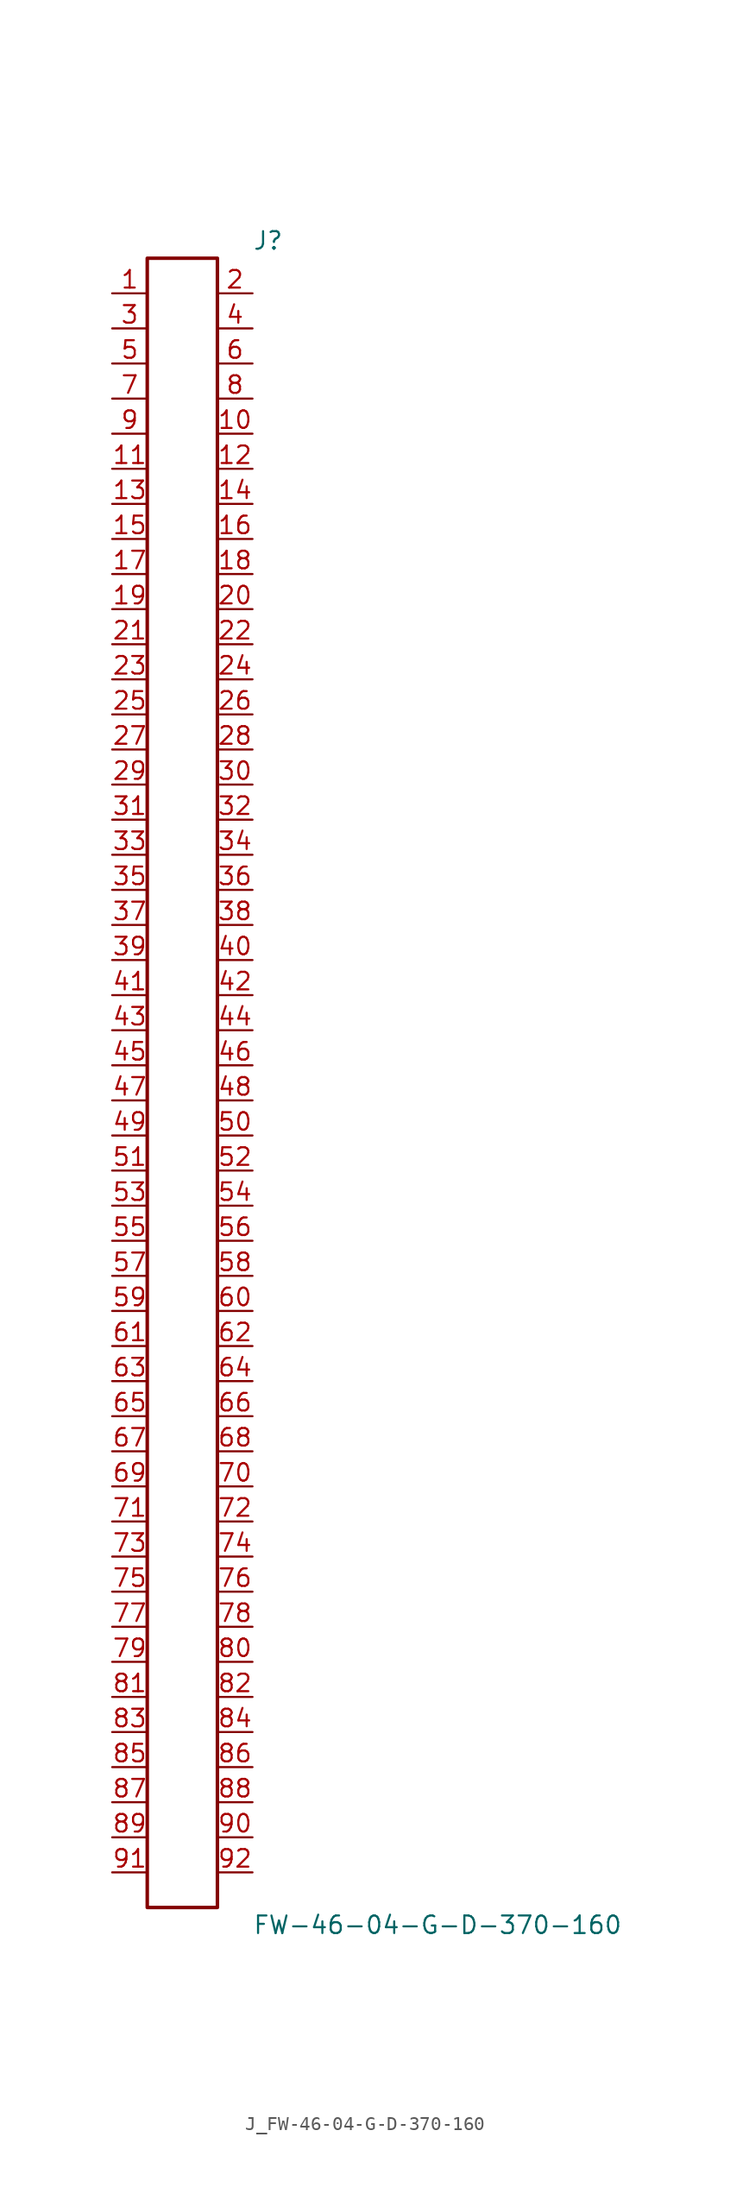
<source format=kicad_sym>
(kicad_symbol_lib
  (version 20231120)
  (generator kicad_symbol_editor)
  (generator_version 8.0)
  (symbol "J_FW-46-04-G-D-370-160"
    (pin_names
      (offset 0.254))
    (property "Reference" "J"
      (at 5.08 60.96 0)
      (effects (font (size 1.27 1.27)) (justify left)))
    (property "Value" "FW-46-04-G-D-370-160"
      (at 5.08 -60.96 0)
      (effects (font (size 1.27 1.27)) (justify left)))
    (symbol "J_FW-46-04-G-D-370-160_0_0"
      (pin unspecified line (at -5.08 57.15 0) (length 2.54) (name "" (effects (font (size 1.27 1.27)))) (number "1" (effects (font (size 1.27 1.27)))))
      (pin unspecified line (at 5.08 57.15 180) (length 2.54) (name "" (effects (font (size 1.27 1.27)))) (number "2" (effects (font (size 1.27 1.27)))))
      (pin unspecified line (at -5.08 54.61 0) (length 2.54) (name "" (effects (font (size 1.27 1.27)))) (number "3" (effects (font (size 1.27 1.27)))))
      (pin unspecified line (at 5.08 54.61 180) (length 2.54) (name "" (effects (font (size 1.27 1.27)))) (number "4" (effects (font (size 1.27 1.27)))))
      (pin unspecified line (at -5.08 52.07 0) (length 2.54) (name "" (effects (font (size 1.27 1.27)))) (number "5" (effects (font (size 1.27 1.27)))))
      (pin unspecified line (at 5.08 52.07 180) (length 2.54) (name "" (effects (font (size 1.27 1.27)))) (number "6" (effects (font (size 1.27 1.27)))))
      (pin unspecified line (at -5.08 49.53 0) (length 2.54) (name "" (effects (font (size 1.27 1.27)))) (number "7" (effects (font (size 1.27 1.27)))))
      (pin unspecified line (at 5.08 49.53 180) (length 2.54) (name "" (effects (font (size 1.27 1.27)))) (number "8" (effects (font (size 1.27 1.27)))))
      (pin unspecified line (at -5.08 46.99 0) (length 2.54) (name "" (effects (font (size 1.27 1.27)))) (number "9" (effects (font (size 1.27 1.27)))))
      (pin unspecified line (at 5.08 46.99 180) (length 2.54) (name "" (effects (font (size 1.27 1.27)))) (number "10" (effects (font (size 1.27 1.27)))))
      (pin unspecified line (at -5.08 44.45 0) (length 2.54) (name "" (effects (font (size 1.27 1.27)))) (number "11" (effects (font (size 1.27 1.27)))))
      (pin unspecified line (at 5.08 44.45 180) (length 2.54) (name "" (effects (font (size 1.27 1.27)))) (number "12" (effects (font (size 1.27 1.27)))))
      (pin unspecified line (at -5.08 41.91 0) (length 2.54) (name "" (effects (font (size 1.27 1.27)))) (number "13" (effects (font (size 1.27 1.27)))))
      (pin unspecified line (at 5.08 41.91 180) (length 2.54) (name "" (effects (font (size 1.27 1.27)))) (number "14" (effects (font (size 1.27 1.27)))))
      (pin unspecified line (at -5.08 39.37 0) (length 2.54) (name "" (effects (font (size 1.27 1.27)))) (number "15" (effects (font (size 1.27 1.27)))))
      (pin unspecified line (at 5.08 39.37 180) (length 2.54) (name "" (effects (font (size 1.27 1.27)))) (number "16" (effects (font (size 1.27 1.27)))))
      (pin unspecified line (at -5.08 36.83 0) (length 2.54) (name "" (effects (font (size 1.27 1.27)))) (number "17" (effects (font (size 1.27 1.27)))))
      (pin unspecified line (at 5.08 36.83 180) (length 2.54) (name "" (effects (font (size 1.27 1.27)))) (number "18" (effects (font (size 1.27 1.27)))))
      (pin unspecified line (at -5.08 34.29 0) (length 2.54) (name "" (effects (font (size 1.27 1.27)))) (number "19" (effects (font (size 1.27 1.27)))))
      (pin unspecified line (at 5.08 34.29 180) (length 2.54) (name "" (effects (font (size 1.27 1.27)))) (number "20" (effects (font (size 1.27 1.27)))))
      (pin unspecified line (at -5.08 31.75 0) (length 2.54) (name "" (effects (font (size 1.27 1.27)))) (number "21" (effects (font (size 1.27 1.27)))))
      (pin unspecified line (at 5.08 31.75 180) (length 2.54) (name "" (effects (font (size 1.27 1.27)))) (number "22" (effects (font (size 1.27 1.27)))))
      (pin unspecified line (at -5.08 29.21 0) (length 2.54) (name "" (effects (font (size 1.27 1.27)))) (number "23" (effects (font (size 1.27 1.27)))))
      (pin unspecified line (at 5.08 29.21 180) (length 2.54) (name "" (effects (font (size 1.27 1.27)))) (number "24" (effects (font (size 1.27 1.27)))))
      (pin unspecified line (at -5.08 26.67 0) (length 2.54) (name "" (effects (font (size 1.27 1.27)))) (number "25" (effects (font (size 1.27 1.27)))))
      (pin unspecified line (at 5.08 26.67 180) (length 2.54) (name "" (effects (font (size 1.27 1.27)))) (number "26" (effects (font (size 1.27 1.27)))))
      (pin unspecified line (at -5.08 24.13 0) (length 2.54) (name "" (effects (font (size 1.27 1.27)))) (number "27" (effects (font (size 1.27 1.27)))))
      (pin unspecified line (at 5.08 24.13 180) (length 2.54) (name "" (effects (font (size 1.27 1.27)))) (number "28" (effects (font (size 1.27 1.27)))))
      (pin unspecified line (at -5.08 21.59 0) (length 2.54) (name "" (effects (font (size 1.27 1.27)))) (number "29" (effects (font (size 1.27 1.27)))))
      (pin unspecified line (at 5.08 21.59 180) (length 2.54) (name "" (effects (font (size 1.27 1.27)))) (number "30" (effects (font (size 1.27 1.27)))))
      (pin unspecified line (at -5.08 19.05 0) (length 2.54) (name "" (effects (font (size 1.27 1.27)))) (number "31" (effects (font (size 1.27 1.27)))))
      (pin unspecified line (at 5.08 19.05 180) (length 2.54) (name "" (effects (font (size 1.27 1.27)))) (number "32" (effects (font (size 1.27 1.27)))))
      (pin unspecified line (at -5.08 16.51 0) (length 2.54) (name "" (effects (font (size 1.27 1.27)))) (number "33" (effects (font (size 1.27 1.27)))))
      (pin unspecified line (at 5.08 16.51 180) (length 2.54) (name "" (effects (font (size 1.27 1.27)))) (number "34" (effects (font (size 1.27 1.27)))))
      (pin unspecified line (at -5.08 13.97 0) (length 2.54) (name "" (effects (font (size 1.27 1.27)))) (number "35" (effects (font (size 1.27 1.27)))))
      (pin unspecified line (at 5.08 13.97 180) (length 2.54) (name "" (effects (font (size 1.27 1.27)))) (number "36" (effects (font (size 1.27 1.27)))))
      (pin unspecified line (at -5.08 11.43 0) (length 2.54) (name "" (effects (font (size 1.27 1.27)))) (number "37" (effects (font (size 1.27 1.27)))))
      (pin unspecified line (at 5.08 11.43 180) (length 2.54) (name "" (effects (font (size 1.27 1.27)))) (number "38" (effects (font (size 1.27 1.27)))))
      (pin unspecified line (at -5.08 8.89 0) (length 2.54) (name "" (effects (font (size 1.27 1.27)))) (number "39" (effects (font (size 1.27 1.27)))))
      (pin unspecified line (at 5.08 8.89 180) (length 2.54) (name "" (effects (font (size 1.27 1.27)))) (number "40" (effects (font (size 1.27 1.27)))))
      (pin unspecified line (at -5.08 6.35 0) (length 2.54) (name "" (effects (font (size 1.27 1.27)))) (number "41" (effects (font (size 1.27 1.27)))))
      (pin unspecified line (at 5.08 6.35 180) (length 2.54) (name "" (effects (font (size 1.27 1.27)))) (number "42" (effects (font (size 1.27 1.27)))))
      (pin unspecified line (at -5.08 3.81 0) (length 2.54) (name "" (effects (font (size 1.27 1.27)))) (number "43" (effects (font (size 1.27 1.27)))))
      (pin unspecified line (at 5.08 3.81 180) (length 2.54) (name "" (effects (font (size 1.27 1.27)))) (number "44" (effects (font (size 1.27 1.27)))))
      (pin unspecified line (at -5.08 1.27 0) (length 2.54) (name "" (effects (font (size 1.27 1.27)))) (number "45" (effects (font (size 1.27 1.27)))))
      (pin unspecified line (at 5.08 1.27 180) (length 2.54) (name "" (effects (font (size 1.27 1.27)))) (number "46" (effects (font (size 1.27 1.27)))))
      (pin unspecified line (at -5.08 -1.27 0) (length 2.54) (name "" (effects (font (size 1.27 1.27)))) (number "47" (effects (font (size 1.27 1.27)))))
      (pin unspecified line (at 5.08 -1.27 180) (length 2.54) (name "" (effects (font (size 1.27 1.27)))) (number "48" (effects (font (size 1.27 1.27)))))
      (pin unspecified line (at -5.08 -3.81 0) (length 2.54) (name "" (effects (font (size 1.27 1.27)))) (number "49" (effects (font (size 1.27 1.27)))))
      (pin unspecified line (at 5.08 -3.81 180) (length 2.54) (name "" (effects (font (size 1.27 1.27)))) (number "50" (effects (font (size 1.27 1.27)))))
      (pin unspecified line (at -5.08 -6.35 0) (length 2.54) (name "" (effects (font (size 1.27 1.27)))) (number "51" (effects (font (size 1.27 1.27)))))
      (pin unspecified line (at 5.08 -6.35 180) (length 2.54) (name "" (effects (font (size 1.27 1.27)))) (number "52" (effects (font (size 1.27 1.27)))))
      (pin unspecified line (at -5.08 -8.89 0) (length 2.54) (name "" (effects (font (size 1.27 1.27)))) (number "53" (effects (font (size 1.27 1.27)))))
      (pin unspecified line (at 5.08 -8.89 180) (length 2.54) (name "" (effects (font (size 1.27 1.27)))) (number "54" (effects (font (size 1.27 1.27)))))
      (pin unspecified line (at -5.08 -11.43 0) (length 2.54) (name "" (effects (font (size 1.27 1.27)))) (number "55" (effects (font (size 1.27 1.27)))))
      (pin unspecified line (at 5.08 -11.43 180) (length 2.54) (name "" (effects (font (size 1.27 1.27)))) (number "56" (effects (font (size 1.27 1.27)))))
      (pin unspecified line (at -5.08 -13.97 0) (length 2.54) (name "" (effects (font (size 1.27 1.27)))) (number "57" (effects (font (size 1.27 1.27)))))
      (pin unspecified line (at 5.08 -13.97 180) (length 2.54) (name "" (effects (font (size 1.27 1.27)))) (number "58" (effects (font (size 1.27 1.27)))))
      (pin unspecified line (at -5.08 -16.51 0) (length 2.54) (name "" (effects (font (size 1.27 1.27)))) (number "59" (effects (font (size 1.27 1.27)))))
      (pin unspecified line (at 5.08 -16.51 180) (length 2.54) (name "" (effects (font (size 1.27 1.27)))) (number "60" (effects (font (size 1.27 1.27)))))
      (pin unspecified line (at -5.08 -19.05 0) (length 2.54) (name "" (effects (font (size 1.27 1.27)))) (number "61" (effects (font (size 1.27 1.27)))))
      (pin unspecified line (at 5.08 -19.05 180) (length 2.54) (name "" (effects (font (size 1.27 1.27)))) (number "62" (effects (font (size 1.27 1.27)))))
      (pin unspecified line (at -5.08 -21.59 0) (length 2.54) (name "" (effects (font (size 1.27 1.27)))) (number "63" (effects (font (size 1.27 1.27)))))
      (pin unspecified line (at 5.08 -21.59 180) (length 2.54) (name "" (effects (font (size 1.27 1.27)))) (number "64" (effects (font (size 1.27 1.27)))))
      (pin unspecified line (at -5.08 -24.13 0) (length 2.54) (name "" (effects (font (size 1.27 1.27)))) (number "65" (effects (font (size 1.27 1.27)))))
      (pin unspecified line (at 5.08 -24.13 180) (length 2.54) (name "" (effects (font (size 1.27 1.27)))) (number "66" (effects (font (size 1.27 1.27)))))
      (pin unspecified line (at -5.08 -26.67 0) (length 2.54) (name "" (effects (font (size 1.27 1.27)))) (number "67" (effects (font (size 1.27 1.27)))))
      (pin unspecified line (at 5.08 -26.67 180) (length 2.54) (name "" (effects (font (size 1.27 1.27)))) (number "68" (effects (font (size 1.27 1.27)))))
      (pin unspecified line (at -5.08 -29.21 0) (length 2.54) (name "" (effects (font (size 1.27 1.27)))) (number "69" (effects (font (size 1.27 1.27)))))
      (pin unspecified line (at 5.08 -29.21 180) (length 2.54) (name "" (effects (font (size 1.27 1.27)))) (number "70" (effects (font (size 1.27 1.27)))))
      (pin unspecified line (at -5.08 -31.75 0) (length 2.54) (name "" (effects (font (size 1.27 1.27)))) (number "71" (effects (font (size 1.27 1.27)))))
      (pin unspecified line (at 5.08 -31.75 180) (length 2.54) (name "" (effects (font (size 1.27 1.27)))) (number "72" (effects (font (size 1.27 1.27)))))
      (pin unspecified line (at -5.08 -34.29 0) (length 2.54) (name "" (effects (font (size 1.27 1.27)))) (number "73" (effects (font (size 1.27 1.27)))))
      (pin unspecified line (at 5.08 -34.29 180) (length 2.54) (name "" (effects (font (size 1.27 1.27)))) (number "74" (effects (font (size 1.27 1.27)))))
      (pin unspecified line (at -5.08 -36.83 0) (length 2.54) (name "" (effects (font (size 1.27 1.27)))) (number "75" (effects (font (size 1.27 1.27)))))
      (pin unspecified line (at 5.08 -36.83 180) (length 2.54) (name "" (effects (font (size 1.27 1.27)))) (number "76" (effects (font (size 1.27 1.27)))))
      (pin unspecified line (at -5.08 -39.37 0) (length 2.54) (name "" (effects (font (size 1.27 1.27)))) (number "77" (effects (font (size 1.27 1.27)))))
      (pin unspecified line (at 5.08 -39.37 180) (length 2.54) (name "" (effects (font (size 1.27 1.27)))) (number "78" (effects (font (size 1.27 1.27)))))
      (pin unspecified line (at -5.08 -41.91 0) (length 2.54) (name "" (effects (font (size 1.27 1.27)))) (number "79" (effects (font (size 1.27 1.27)))))
      (pin unspecified line (at 5.08 -41.91 180) (length 2.54) (name "" (effects (font (size 1.27 1.27)))) (number "80" (effects (font (size 1.27 1.27)))))
      (pin unspecified line (at -5.08 -44.45 0) (length 2.54) (name "" (effects (font (size 1.27 1.27)))) (number "81" (effects (font (size 1.27 1.27)))))
      (pin unspecified line (at 5.08 -44.45 180) (length 2.54) (name "" (effects (font (size 1.27 1.27)))) (number "82" (effects (font (size 1.27 1.27)))))
      (pin unspecified line (at -5.08 -46.99 0) (length 2.54) (name "" (effects (font (size 1.27 1.27)))) (number "83" (effects (font (size 1.27 1.27)))))
      (pin unspecified line (at 5.08 -46.99 180) (length 2.54) (name "" (effects (font (size 1.27 1.27)))) (number "84" (effects (font (size 1.27 1.27)))))
      (pin unspecified line (at -5.08 -49.53 0) (length 2.54) (name "" (effects (font (size 1.27 1.27)))) (number "85" (effects (font (size 1.27 1.27)))))
      (pin unspecified line (at 5.08 -49.53 180) (length 2.54) (name "" (effects (font (size 1.27 1.27)))) (number "86" (effects (font (size 1.27 1.27)))))
      (pin unspecified line (at -5.08 -52.07 0) (length 2.54) (name "" (effects (font (size 1.27 1.27)))) (number "87" (effects (font (size 1.27 1.27)))))
      (pin unspecified line (at 5.08 -52.07 180) (length 2.54) (name "" (effects (font (size 1.27 1.27)))) (number "88" (effects (font (size 1.27 1.27)))))
      (pin unspecified line (at -5.08 -54.61 0) (length 2.54) (name "" (effects (font (size 1.27 1.27)))) (number "89" (effects (font (size 1.27 1.27)))))
      (pin unspecified line (at 5.08 -54.61 180) (length 2.54) (name "" (effects (font (size 1.27 1.27)))) (number "90" (effects (font (size 1.27 1.27)))))
      (pin unspecified line (at -5.08 -57.15 0) (length 2.54) (name "" (effects (font (size 1.27 1.27)))) (number "91" (effects (font (size 1.27 1.27)))))
      (pin unspecified line (at 5.08 -57.15 180) (length 2.54) (name "" (effects (font (size 1.27 1.27)))) (number "92" (effects (font (size 1.27 1.27))))))
    (symbol "J_FW-46-04-G-D-370-160_1_0"
      (rectangle (start -2.54 59.69) (end 2.54 -59.69) (stroke (width 0.254) (type solid)) (fill (type none))))))
</source>
